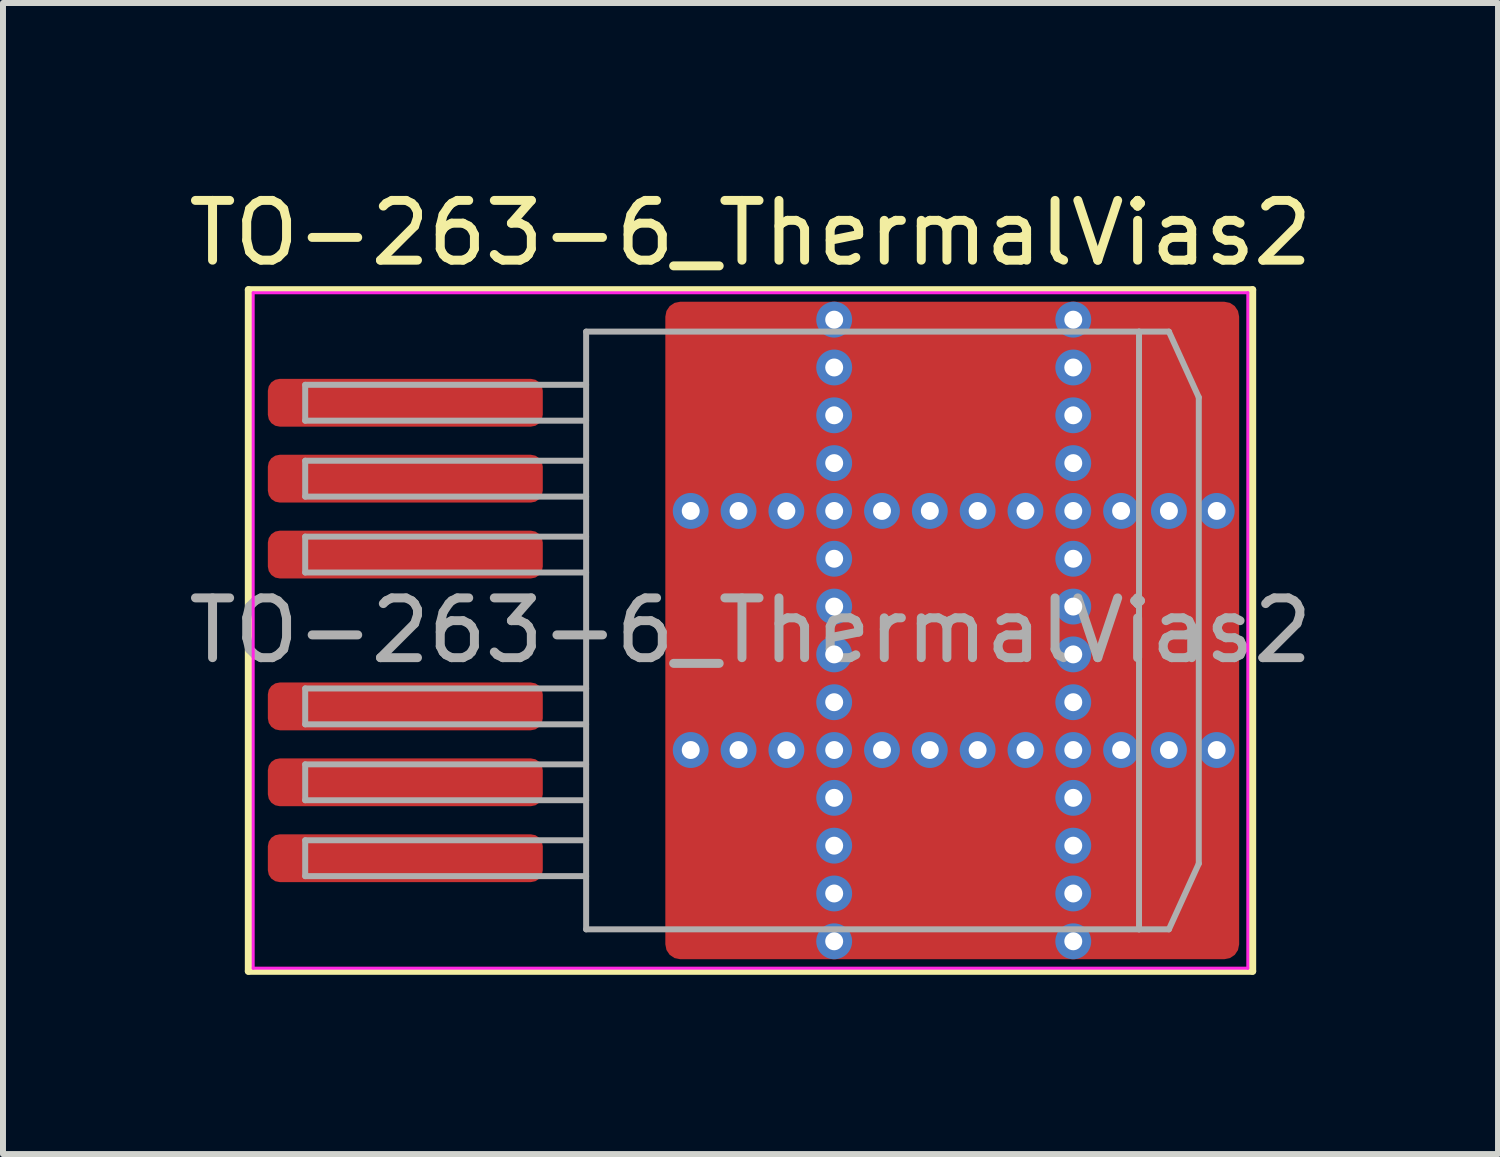
<source format=kicad_pcb>
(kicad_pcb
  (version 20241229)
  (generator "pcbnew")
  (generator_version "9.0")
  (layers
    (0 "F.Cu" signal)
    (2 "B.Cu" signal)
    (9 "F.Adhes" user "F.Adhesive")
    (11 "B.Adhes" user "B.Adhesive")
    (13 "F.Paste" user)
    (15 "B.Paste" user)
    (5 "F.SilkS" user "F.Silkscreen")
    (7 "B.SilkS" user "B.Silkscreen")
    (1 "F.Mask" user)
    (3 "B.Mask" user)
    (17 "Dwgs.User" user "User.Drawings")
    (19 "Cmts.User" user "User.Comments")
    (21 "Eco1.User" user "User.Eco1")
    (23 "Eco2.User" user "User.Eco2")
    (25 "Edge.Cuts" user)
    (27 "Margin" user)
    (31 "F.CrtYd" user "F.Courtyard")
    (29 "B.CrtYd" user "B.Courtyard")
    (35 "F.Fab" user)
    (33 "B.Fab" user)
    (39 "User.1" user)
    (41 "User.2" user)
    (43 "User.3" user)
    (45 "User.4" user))
  (footprint "TO-263-6_ThermalVias2"
    (layer "F.Cu")
    (at 9.506 7.498)
    (property "Reference" "TO-263-6_ThermalVias2" (at 0 -6.65 0) (layer "F.SilkS") (effects (font (size 1 1) (thickness 0.15))))
    (attr smd)
    (fp_line (start -8.4 -5.7) (end -8.4 5.7) (stroke (width 0.12) (type solid)) (layer "F.SilkS"))
    (fp_line (start -8.4 5.7) (end 8.4 5.7) (stroke (width 0.12) (type solid)) (layer "F.SilkS"))
    (fp_line (start 8.4 -5.7) (end -8.4 -5.7) (stroke (width 0.12) (type solid)) (layer "F.SilkS"))
    (fp_line (start 8.4 5.7) (end 8.4 -5.7) (stroke (width 0.12) (type solid)) (layer "F.SilkS"))
    (fp_line (start -8.32 -5.65) (end -8.32 5.65) (stroke (width 0.05) (type solid)) (layer "F.CrtYd"))
    (fp_line (start -8.32 5.65) (end 8.32 5.65) (stroke (width 0.05) (type solid)) (layer "F.CrtYd"))
    (fp_line (start 8.32 -5.65) (end -8.32 -5.65) (stroke (width 0.05) (type solid)) (layer "F.CrtYd"))
    (fp_line (start 8.32 5.65) (end 8.32 -5.65) (stroke (width 0.05) (type solid)) (layer "F.CrtYd"))
    (fp_line (start -7.45 -4.11) (end -7.45 -3.51) (stroke (width 0.1) (type solid)) (layer "F.Fab"))
    (fp_line (start -7.45 -3.51) (end -2.75 -3.51) (stroke (width 0.1) (type solid)) (layer "F.Fab"))
    (fp_line (start -7.45 -2.84) (end -7.45 -2.24) (stroke (width 0.1) (type solid)) (layer "F.Fab"))
    (fp_line (start -7.45 -2.24) (end -2.75 -2.24) (stroke (width 0.1) (type solid)) (layer "F.Fab"))
    (fp_line (start -7.45 -1.57) (end -7.45 -0.97) (stroke (width 0.1) (type solid)) (layer "F.Fab"))
    (fp_line (start -7.45 -0.97) (end -2.75 -0.97) (stroke (width 0.1) (type solid)) (layer "F.Fab"))
    (fp_line (start -7.45 0.97) (end -7.45 1.57) (stroke (width 0.1) (type solid)) (layer "F.Fab"))
    (fp_line (start -7.45 1.57) (end -2.75 1.57) (stroke (width 0.1) (type solid)) (layer "F.Fab"))
    (fp_line (start -7.45 2.24) (end -7.45 2.84) (stroke (width 0.1) (type solid)) (layer "F.Fab"))
    (fp_line (start -7.45 2.84) (end -2.75 2.84) (stroke (width 0.1) (type solid)) (layer "F.Fab"))
    (fp_line (start -7.45 3.51) (end -7.45 4.11) (stroke (width 0.1) (type solid)) (layer "F.Fab"))
    (fp_line (start -7.45 4.11) (end -2.75 4.11) (stroke (width 0.1) (type solid)) (layer "F.Fab"))
    (fp_line (start -2.75 -5) (end 6.5 -5) (stroke (width 0.1) (type solid)) (layer "F.Fab"))
    (fp_line (start -2.75 -4.11) (end -7.45 -4.11) (stroke (width 0.1) (type solid)) (layer "F.Fab"))
    (fp_line (start -2.75 -2.84) (end -7.45 -2.84) (stroke (width 0.1) (type solid)) (layer "F.Fab"))
    (fp_line (start -2.75 -1.57) (end -7.45 -1.57) (stroke (width 0.1) (type solid)) (layer "F.Fab"))
    (fp_line (start -2.75 0.97) (end -7.45 0.97) (stroke (width 0.1) (type solid)) (layer "F.Fab"))
    (fp_line (start -2.75 2.24) (end -7.45 2.24) (stroke (width 0.1) (type solid)) (layer "F.Fab"))
    (fp_line (start -2.75 3.51) (end -7.45 3.51) (stroke (width 0.1) (type solid)) (layer "F.Fab"))
    (fp_line (start -2.75 5) (end -2.75 -5) (stroke (width 0.1) (type solid)) (layer "F.Fab"))
    (fp_line (start 6.5 -5) (end 6.5 5) (stroke (width 0.1) (type solid)) (layer "F.Fab"))
    (fp_line (start 6.5 -5) (end 7 -5) (stroke (width 0.1) (type solid)) (layer "F.Fab"))
    (fp_line (start 6.5 5) (end -2.75 5) (stroke (width 0.1) (type solid)) (layer "F.Fab"))
    (fp_line (start 6.5 5) (end 7 5) (stroke (width 0.1) (type solid)) (layer "F.Fab"))
    (fp_line (start 7 -5) (end 7.5 -3.9) (stroke (width 0.1) (type solid)) (layer "F.Fab"))
    (fp_line (start 7 5) (end 7.5 3.9) (stroke (width 0.1) (type solid)) (layer "F.Fab"))
    (fp_line (start 7.5 -3.9) (end 7.5 3.9) (stroke (width 0.1) (type solid)) (layer "F.Fab"))
    (fp_text user "${REFERENCE}" (at 0 0 0) (layer "F.Fab") (effects (font (size 1 1) (thickness 0.15))))
    (pad "" smd roundrect (at -0.675 -4.6 90) (size 1.2 0.95) (layers "F.Paste") (roundrect_rratio 0.25))
    (pad "" smd roundrect (at -0.675 -3.1 90) (size 1.2 0.95) (layers "F.Paste") (roundrect_rratio 0.25))
    (pad "" smd roundrect (at -0.675 -0.85 90) (size 1.3 0.95) (layers "F.Paste") (roundrect_rratio 0.25))
    (pad "" smd roundrect (at -0.675 0.85 90) (size 1.3 0.95) (layers "F.Paste") (roundrect_rratio 0.25))
    (pad "" smd roundrect (at -0.675 3.1 90) (size 1.2 0.95) (layers "F.Paste") (roundrect_rratio 0.25))
    (pad "" smd roundrect (at -0.675 4.6 90) (size 1.2 0.95) (layers "F.Paste") (roundrect_rratio 0.25))
    (pad "" smd roundrect (at -0.113 -3.85 90) (size 3.1 2.425) (layers "F.Mask") (roundrect_rratio 0.103))
    (pad "" smd roundrect (at -0.113 0 90) (size 3.4 2.425) (layers "F.Mask") (roundrect_rratio 0.103))
    (pad "" smd roundrect (at -0.113 3.85 90) (size 3.1 2.425) (layers "F.Mask") (roundrect_rratio 0.103))
    (pad "" smd roundrect (at 0.475 -4.6 90) (size 1.2 0.95) (layers "F.Paste") (roundrect_rratio 0.25))
    (pad "" smd roundrect (at 0.475 -3.1 90) (size 1.2 0.95) (layers "F.Paste") (roundrect_rratio 0.25))
    (pad "" smd roundrect (at 0.475 -0.85 90) (size 1.3 0.95) (layers "F.Paste") (roundrect_rratio 0.25))
    (pad "" smd roundrect (at 0.475 0.85 90) (size 1.3 0.95) (layers "F.Paste") (roundrect_rratio 0.25))
    (pad "" smd roundrect (at 0.475 3.1 90) (size 1.2 0.95) (layers "F.Paste") (roundrect_rratio 0.25))
    (pad "" smd roundrect (at 0.475 4.6 90) (size 1.2 0.95) (layers "F.Paste") (roundrect_rratio 0.25))
    (pad "" smd roundrect (at 2.55 -4.6 90) (size 1.2 1.3) (layers "F.Paste") (roundrect_rratio 0.208))
    (pad "" smd roundrect (at 2.55 -3.1 90) (size 1.2 1.3) (layers "F.Paste") (roundrect_rratio 0.208))
    (pad "" smd roundrect (at 2.55 -0.85 90) (size 1.3 1.3) (layers "F.Paste") (roundrect_rratio 0.192))
    (pad "" smd roundrect (at 2.55 0.85 90) (size 1.3 1.3) (layers "F.Paste") (roundrect_rratio 0.192))
    (pad "" smd roundrect (at 2.55 3.1 90) (size 1.2 1.3) (layers "F.Paste") (roundrect_rratio 0.208))
    (pad "" smd roundrect (at 2.55 4.6 90) (size 1.2 1.3) (layers "F.Paste") (roundrect_rratio 0.208))
    (pad "" smd roundrect (at 3.4 -3.85 90) (size 3.1 3.4) (layers "F.Mask") (roundrect_rratio 0.081))
    (pad "" smd roundrect (at 3.4 0 90) (size 3.4 3.4) (layers "F.Mask") (roundrect_rratio 0.074))
    (pad "" smd roundrect (at 3.4 3.85 90) (size 3.1 3.4) (layers "F.Mask") (roundrect_rratio 0.081))
    (pad "" smd roundrect (at 4.25 -4.6 90) (size 1.2 1.3) (layers "F.Paste") (roundrect_rratio 0.208))
    (pad "" smd roundrect (at 4.25 -3.1 90) (size 1.2 1.3) (layers "F.Paste") (roundrect_rratio 0.208))
    (pad "" smd roundrect (at 4.25 -0.85 90) (size 1.3 1.3) (layers "F.Paste") (roundrect_rratio 0.192))
    (pad "" smd roundrect (at 4.25 0.85 90) (size 1.3 1.3) (layers "F.Paste") (roundrect_rratio 0.192))
    (pad "" smd roundrect (at 4.25 3.1 90) (size 1.2 1.3) (layers "F.Paste") (roundrect_rratio 0.208))
    (pad "" smd roundrect (at 4.25 4.6 90) (size 1.2 1.3) (layers "F.Paste") (roundrect_rratio 0.208))
    (pad "" smd roundrect (at 6.325 -4.6 90) (size 1.2 0.95) (layers "F.Paste") (roundrect_rratio 0.25))
    (pad "" smd roundrect (at 6.325 -3.1 90) (size 1.2 0.95) (layers "F.Paste") (roundrect_rratio 0.25))
    (pad "" smd roundrect (at 6.325 -0.85 90) (size 1.3 0.95) (layers "F.Paste") (roundrect_rratio 0.25))
    (pad "" smd roundrect (at 6.325 0.85 90) (size 1.3 0.95) (layers "F.Paste") (roundrect_rratio 0.25))
    (pad "" smd roundrect (at 6.325 3.1 90) (size 1.2 0.95) (layers "F.Paste") (roundrect_rratio 0.25))
    (pad "" smd roundrect (at 6.325 4.6 90) (size 1.2 0.95) (layers "F.Paste") (roundrect_rratio 0.25))
    (pad "" smd roundrect (at 6.888 -3.85 90) (size 3.1 2.375) (layers "F.Mask") (roundrect_rratio 0.105))
    (pad "" smd roundrect (at 6.888 0 90) (size 3.4 2.375) (layers "F.Mask") (roundrect_rratio 0.105))
    (pad "" smd roundrect (at 6.888 3.85 90) (size 3.1 2.375) (layers "F.Mask") (roundrect_rratio 0.105))
    (pad "" smd roundrect (at 7.475 -4.6 90) (size 1.2 0.95) (layers "F.Paste") (roundrect_rratio 0.25))
    (pad "" smd roundrect (at 7.475 -3.1 90) (size 1.2 0.95) (layers "F.Paste") (roundrect_rratio 0.25))
    (pad "" smd roundrect (at 7.475 -0.85 90) (size 1.3 0.95) (layers "F.Paste") (roundrect_rratio 0.25))
    (pad "" smd roundrect (at 7.475 0.85 90) (size 1.3 0.95) (layers "F.Paste") (roundrect_rratio 0.25))
    (pad "" smd roundrect (at 7.475 3.1 90) (size 1.2 0.95) (layers "F.Paste") (roundrect_rratio 0.25))
    (pad "" smd roundrect (at 7.475 4.6 90) (size 1.2 0.95) (layers "F.Paste") (roundrect_rratio 0.25))
    (pad "1" smd roundrect (at -5.775 -3.81) (size 4.6 0.8) (layers "F.Cu" "F.Mask" "F.Paste") (roundrect_rratio 0.25))
    (pad "2" smd roundrect (at -5.775 -2.54) (size 4.6 0.8) (layers "F.Cu" "F.Mask" "F.Paste") (roundrect_rratio 0.25))
    (pad "3" smd roundrect (at -5.775 -1.27) (size 4.6 0.8) (layers "F.Cu" "F.Mask" "F.Paste") (roundrect_rratio 0.25))
    (pad "4" thru_hole circle (at -1 -2) (size 0.6 0.6) (drill 0.3) (property pad_prop_heatsink) (layers "*.Cu" "*.Mask"))
    (pad "4" thru_hole circle (at -1 2) (size 0.6 0.6) (drill 0.3) (property pad_prop_heatsink) (layers "*.Cu" "*.Mask"))
    (pad "4" thru_hole circle (at -0.2 -2) (size 0.6 0.6) (drill 0.3) (property pad_prop_heatsink) (layers "*.Cu" "*.Mask"))
    (pad "4" thru_hole circle (at -0.2 2) (size 0.6 0.6) (drill 0.3) (property pad_prop_heatsink) (layers "*.Cu" "*.Mask"))
    (pad "4" thru_hole circle (at 0.6 -2) (size 0.6 0.6) (drill 0.3) (property pad_prop_heatsink) (layers "*.Cu" "*.Mask"))
    (pad "4" thru_hole circle (at 0.6 2) (size 0.6 0.6) (drill 0.3) (property pad_prop_heatsink) (layers "*.Cu" "*.Mask"))
    (pad "4" thru_hole circle (at 1.4 -5.2) (size 0.6 0.6) (drill 0.3) (property pad_prop_heatsink) (layers "*.Cu" "*.Mask"))
    (pad "4" thru_hole circle (at 1.4 -4.4) (size 0.6 0.6) (drill 0.3) (property pad_prop_heatsink) (layers "*.Cu" "*.Mask"))
    (pad "4" thru_hole circle (at 1.4 -3.6) (size 0.6 0.6) (drill 0.3) (property pad_prop_heatsink) (layers "*.Cu" "*.Mask"))
    (pad "4" thru_hole circle (at 1.4 -2.8) (size 0.6 0.6) (drill 0.3) (property pad_prop_heatsink) (layers "*.Cu" "*.Mask"))
    (pad "4" thru_hole circle (at 1.4 -2) (size 0.6 0.6) (drill 0.3) (property pad_prop_heatsink) (layers "*.Cu" "*.Mask"))
    (pad "4" thru_hole circle (at 1.4 -1.2) (size 0.6 0.6) (drill 0.3) (property pad_prop_heatsink) (layers "*.Cu" "*.Mask"))
    (pad "4" thru_hole circle (at 1.4 -0.4) (size 0.6 0.6) (drill 0.3) (property pad_prop_heatsink) (layers "*.Cu" "*.Mask"))
    (pad "4" thru_hole circle (at 1.4 0.4) (size 0.6 0.6) (drill 0.3) (property pad_prop_heatsink) (layers "*.Cu" "*.Mask"))
    (pad "4" thru_hole circle (at 1.4 1.2) (size 0.6 0.6) (drill 0.3) (property pad_prop_heatsink) (layers "*.Cu" "*.Mask"))
    (pad "4" thru_hole circle (at 1.4 2) (size 0.6 0.6) (drill 0.3) (property pad_prop_heatsink) (layers "*.Cu" "*.Mask"))
    (pad "4" thru_hole circle (at 1.4 2.8) (size 0.6 0.6) (drill 0.3) (property pad_prop_heatsink) (layers "*.Cu" "*.Mask"))
    (pad "4" thru_hole circle (at 1.4 3.6) (size 0.6 0.6) (drill 0.3) (property pad_prop_heatsink) (layers "*.Cu" "*.Mask"))
    (pad "4" thru_hole circle (at 1.4 4.4) (size 0.6 0.6) (drill 0.3) (property pad_prop_heatsink) (layers "*.Cu" "*.Mask"))
    (pad "4" thru_hole circle (at 1.4 5.2) (size 0.6 0.6) (drill 0.3) (property pad_prop_heatsink) (layers "*.Cu" "*.Mask"))
    (pad "4" thru_hole circle (at 2.2 -2) (size 0.6 0.6) (drill 0.3) (property pad_prop_heatsink) (layers "*.Cu" "*.Mask"))
    (pad "4" thru_hole circle (at 2.2 2) (size 0.6 0.6) (drill 0.3) (property pad_prop_heatsink) (layers "*.Cu" "*.Mask"))
    (pad "4" thru_hole circle (at 3 -2) (size 0.6 0.6) (drill 0.3) (property pad_prop_heatsink) (layers "*.Cu" "*.Mask"))
    (pad "4" thru_hole circle (at 3 2) (size 0.6 0.6) (drill 0.3) (property pad_prop_heatsink) (layers "*.Cu" "*.Mask"))
    (pad "4" smd roundrect (at 3.375 0) (size 9.6 11) (layers "F.Cu") (roundrect_rratio 0.026))
    (pad "4" thru_hole circle (at 3.8 -2) (size 0.6 0.6) (drill 0.3) (property pad_prop_heatsink) (layers "*.Cu" "*.Mask"))
    (pad "4" thru_hole circle (at 3.8 2) (size 0.6 0.6) (drill 0.3) (property pad_prop_heatsink) (layers "*.Cu" "*.Mask"))
    (pad "4" thru_hole circle (at 4.6 -2) (size 0.6 0.6) (drill 0.3) (property pad_prop_heatsink) (layers "*.Cu" "*.Mask"))
    (pad "4" thru_hole circle (at 4.6 2) (size 0.6 0.6) (drill 0.3) (property pad_prop_heatsink) (layers "*.Cu" "*.Mask"))
    (pad "4" thru_hole circle (at 5.4 -5.2) (size 0.6 0.6) (drill 0.3) (property pad_prop_heatsink) (layers "*.Cu" "*.Mask"))
    (pad "4" thru_hole circle (at 5.4 -4.4) (size 0.6 0.6) (drill 0.3) (property pad_prop_heatsink) (layers "*.Cu" "*.Mask"))
    (pad "4" thru_hole circle (at 5.4 -3.6) (size 0.6 0.6) (drill 0.3) (property pad_prop_heatsink) (layers "*.Cu" "*.Mask"))
    (pad "4" thru_hole circle (at 5.4 -2.8) (size 0.6 0.6) (drill 0.3) (property pad_prop_heatsink) (layers "*.Cu" "*.Mask"))
    (pad "4" thru_hole circle (at 5.4 -2) (size 0.6 0.6) (drill 0.3) (property pad_prop_heatsink) (layers "*.Cu" "*.Mask"))
    (pad "4" thru_hole circle (at 5.4 -1.2) (size 0.6 0.6) (drill 0.3) (property pad_prop_heatsink) (layers "*.Cu" "*.Mask"))
    (pad "4" thru_hole circle (at 5.4 -0.4) (size 0.6 0.6) (drill 0.3) (property pad_prop_heatsink) (layers "*.Cu" "*.Mask"))
    (pad "4" thru_hole circle (at 5.4 0.4) (size 0.6 0.6) (drill 0.3) (property pad_prop_heatsink) (layers "*.Cu" "*.Mask"))
    (pad "4" thru_hole circle (at 5.4 1.2) (size 0.6 0.6) (drill 0.3) (property pad_prop_heatsink) (layers "*.Cu" "*.Mask"))
    (pad "4" thru_hole circle (at 5.4 2) (size 0.6 0.6) (drill 0.3) (property pad_prop_heatsink) (layers "*.Cu" "*.Mask"))
    (pad "4" thru_hole circle (at 5.4 2.8) (size 0.6 0.6) (drill 0.3) (property pad_prop_heatsink) (layers "*.Cu" "*.Mask"))
    (pad "4" thru_hole circle (at 5.4 3.6) (size 0.6 0.6) (drill 0.3) (property pad_prop_heatsink) (layers "*.Cu" "*.Mask"))
    (pad "4" thru_hole circle (at 5.4 4.4) (size 0.6 0.6) (drill 0.3) (property pad_prop_heatsink) (layers "*.Cu" "*.Mask"))
    (pad "4" thru_hole circle (at 5.4 5.2) (size 0.6 0.6) (drill 0.3) (property pad_prop_heatsink) (layers "*.Cu" "*.Mask"))
    (pad "4" thru_hole circle (at 6.2 -2) (size 0.6 0.6) (drill 0.3) (property pad_prop_heatsink) (layers "*.Cu" "*.Mask"))
    (pad "4" thru_hole circle (at 6.2 2) (size 0.6 0.6) (drill 0.3) (property pad_prop_heatsink) (layers "*.Cu" "*.Mask"))
    (pad "4" thru_hole circle (at 7 -2) (size 0.6 0.6) (drill 0.3) (property pad_prop_heatsink) (layers "*.Cu" "*.Mask"))
    (pad "4" thru_hole circle (at 7 2) (size 0.6 0.6) (drill 0.3) (property pad_prop_heatsink) (layers "*.Cu" "*.Mask"))
    (pad "4" thru_hole circle (at 7.8 -2) (size 0.6 0.6) (drill 0.3) (property pad_prop_heatsink) (layers "*.Cu" "*.Mask"))
    (pad "4" thru_hole circle (at 7.8 2) (size 0.6 0.6) (drill 0.3) (property pad_prop_heatsink) (layers "*.Cu" "*.Mask"))
    (pad "5" smd roundrect (at -5.775 1.27) (size 4.6 0.8) (layers "F.Cu" "F.Mask" "F.Paste") (roundrect_rratio 0.25))
    (pad "6" smd roundrect (at -5.775 2.54) (size 4.6 0.8) (layers "F.Cu" "F.Mask" "F.Paste") (roundrect_rratio 0.25))
    (pad "7" smd roundrect (at -5.775 3.81) (size 4.6 0.8) (layers "F.Cu" "F.Mask" "F.Paste") (roundrect_rratio 0.25)))
  (gr_rect
    (start -3 -3)
    (end 22.012 16.258)
    (stroke (width 0.1) (type default))
    (fill no)
    (layer "Edge.Cuts")))
</source>
